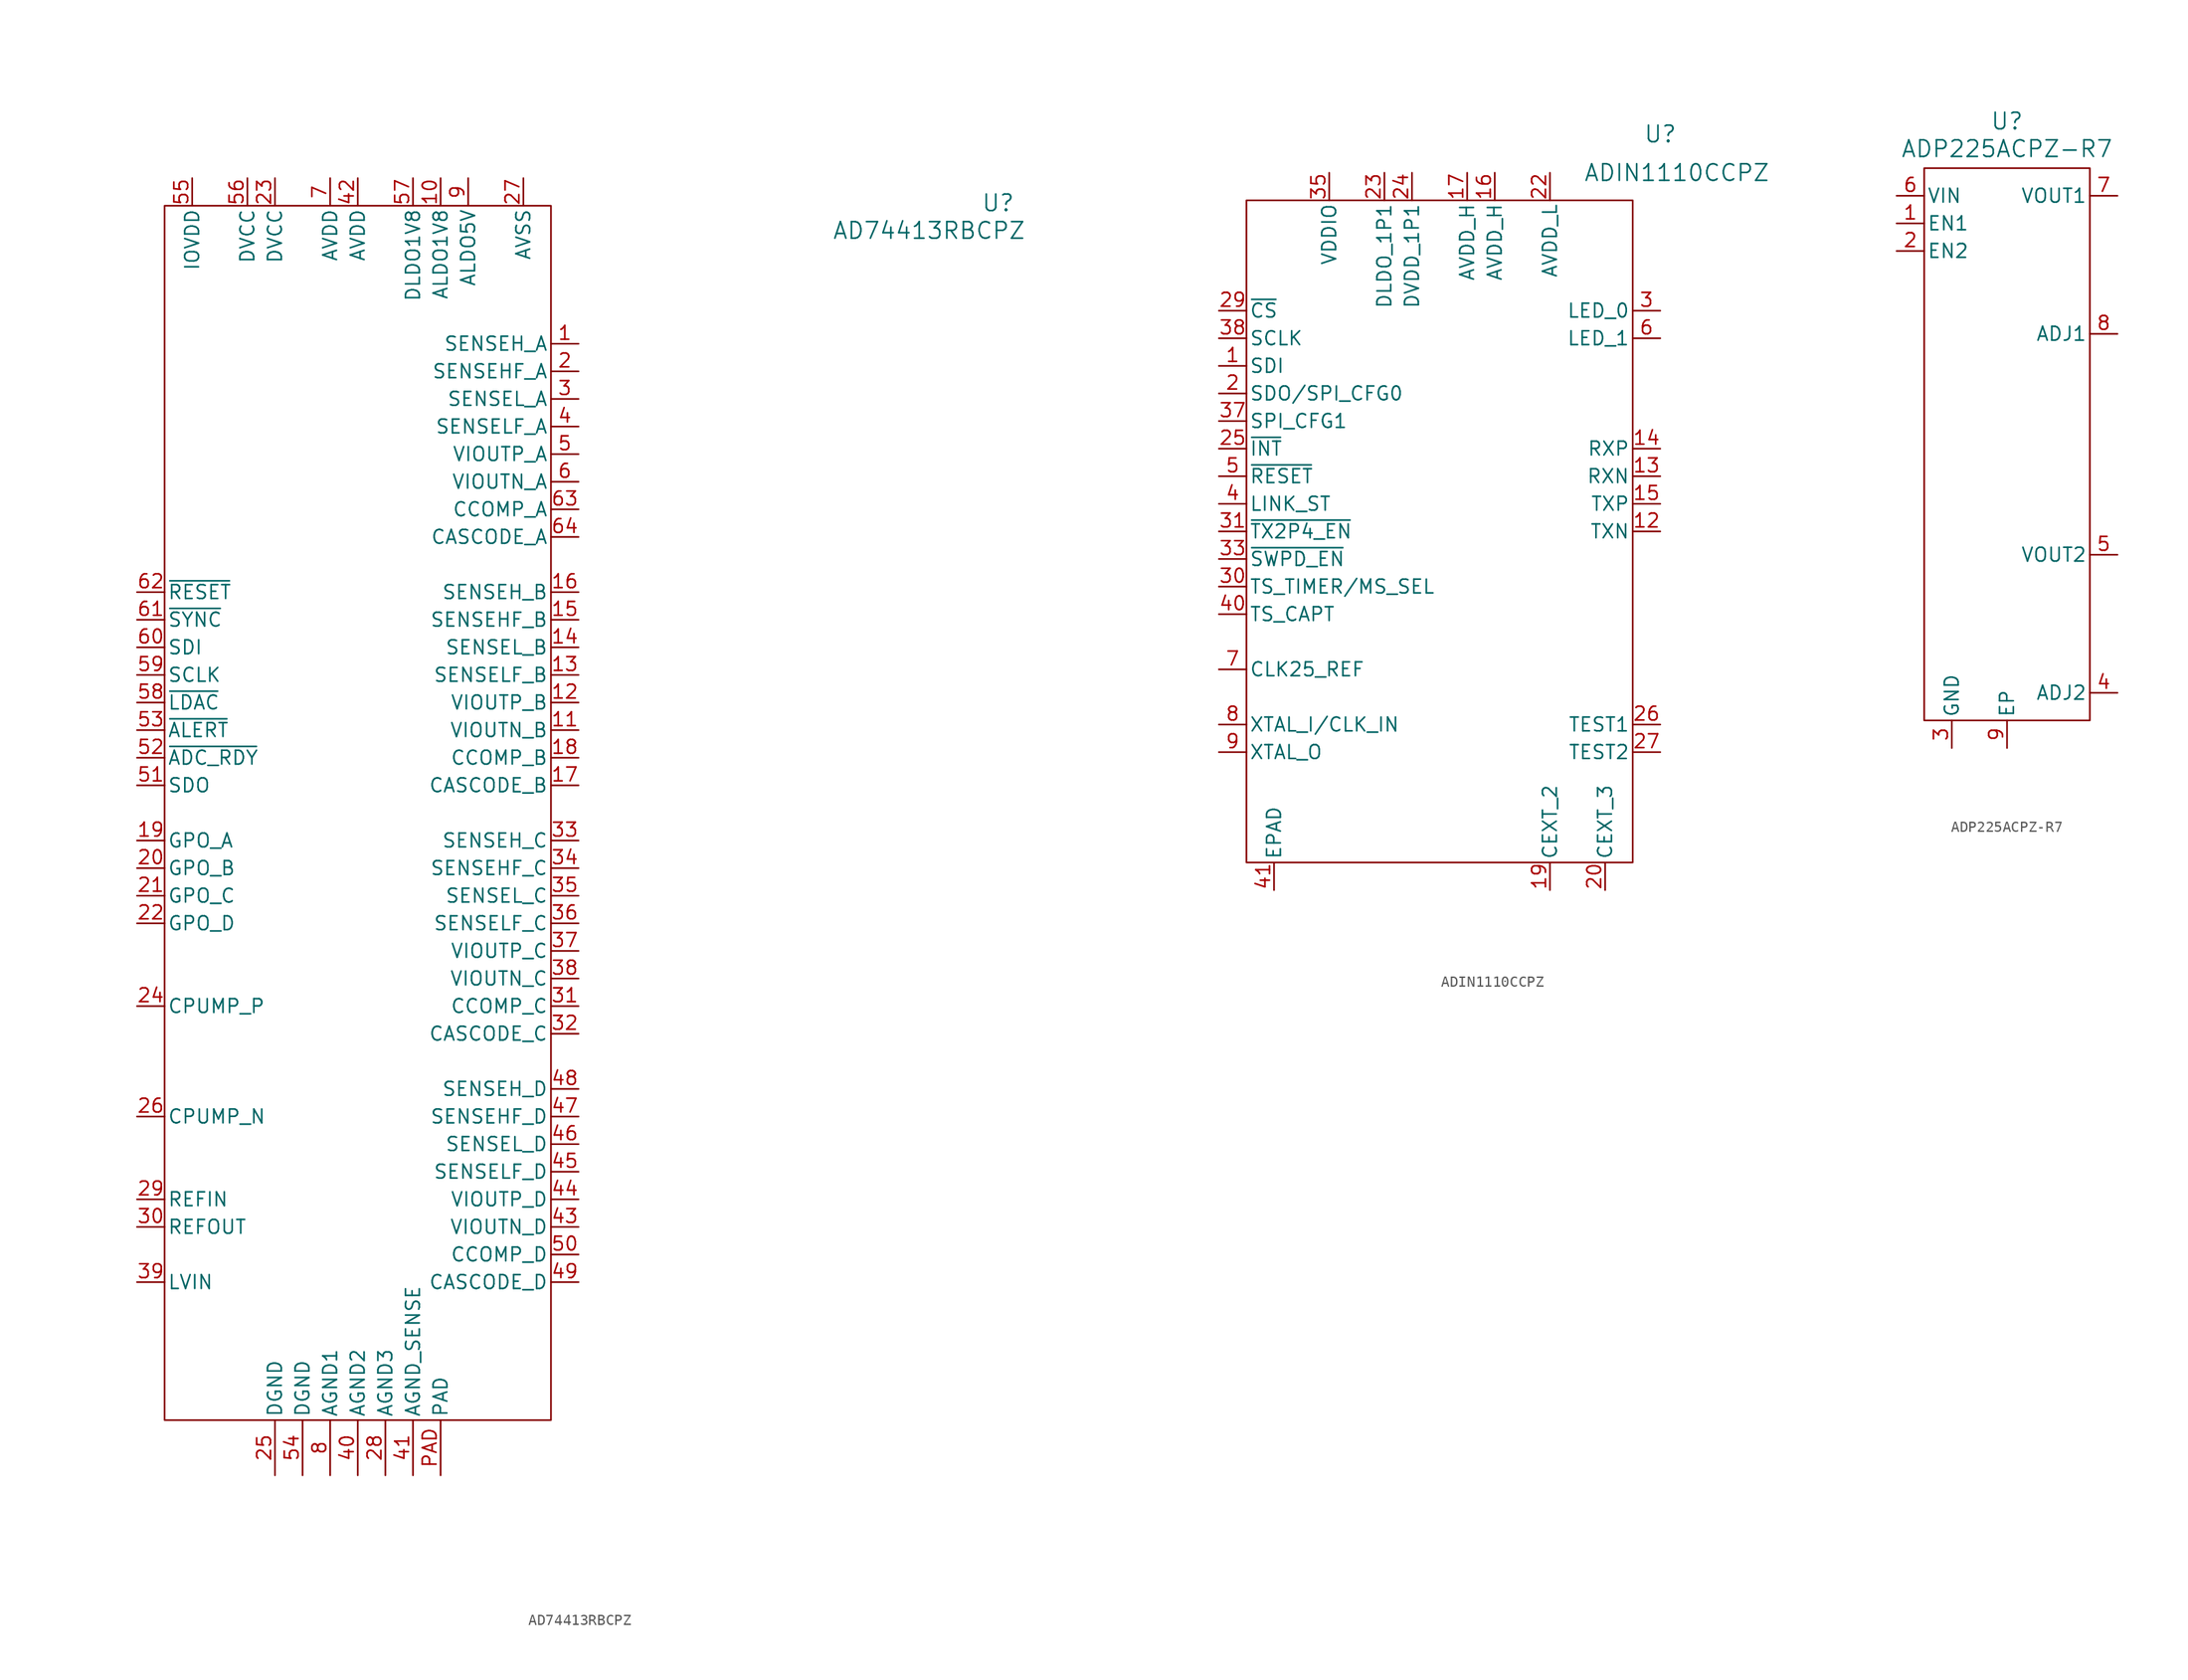
<source format=kicad_sym>
(kicad_symbol_lib
  (version 20231120)
  (generator "kicad_symbol_editor")
  (generator_version "8.0")
  (symbol "AD74413RBCPZ"
    (pin_names
      (offset 0.254))
    (property "Reference" "U"
      (at 58.928 56.134 0)
      (effects (font (size 1.524 1.524))))
    (property "Value" "AD74413RBCPZ"
      (at 52.578 53.594 0)
      (effects (font (size 1.524 1.524))))
    (symbol "AD74413RBCPZ_0_1"
      (pin unspecified line (at 20.32 43.18 180) (length 2.54) (name "SENSEH_A" (effects (font (size 1.27 1.27)))) (number "1" (effects (font (size 1.27 1.27)))))
      (pin output line (at 7.62 58.42 270) (length 2.54) (name "ALDO1V8" (effects (font (size 1.27 1.27)))) (number "10" (effects (font (size 1.27 1.27)))))
      (pin output line (at 20.32 7.62 180) (length 2.54) (name "VIOUTN_B" (effects (font (size 1.27 1.27)))) (number "11" (effects (font (size 1.27 1.27)))))
      (pin output line (at 20.32 10.16 180) (length 2.54) (name "VIOUTP_B" (effects (font (size 1.27 1.27)))) (number "12" (effects (font (size 1.27 1.27)))))
      (pin unspecified line (at 20.32 12.7 180) (length 2.54) (name "SENSELF_B" (effects (font (size 1.27 1.27)))) (number "13" (effects (font (size 1.27 1.27)))))
      (pin unspecified line (at 20.32 15.24 180) (length 2.54) (name "SENSEL_B" (effects (font (size 1.27 1.27)))) (number "14" (effects (font (size 1.27 1.27)))))
      (pin unspecified line (at 20.32 17.78 180) (length 2.54) (name "SENSEHF_B" (effects (font (size 1.27 1.27)))) (number "15" (effects (font (size 1.27 1.27)))))
      (pin unspecified line (at 20.32 20.32 180) (length 2.54) (name "SENSEH_B" (effects (font (size 1.27 1.27)))) (number "16" (effects (font (size 1.27 1.27)))))
      (pin unspecified line (at 20.32 2.54 180) (length 2.54) (name "CASCODE_B" (effects (font (size 1.27 1.27)))) (number "17" (effects (font (size 1.27 1.27)))))
      (pin unspecified line (at 20.32 5.08 180) (length 2.54) (name "CCOMP_B" (effects (font (size 1.27 1.27)))) (number "18" (effects (font (size 1.27 1.27)))))
      (pin output line (at -20.32 -2.54 0) (length 2.54) (name "GPO_A" (effects (font (size 1.27 1.27)))) (number "19" (effects (font (size 1.27 1.27)))))
      (pin unspecified line (at 20.32 40.64 180) (length 2.54) (name "SENSEHF_A" (effects (font (size 1.27 1.27)))) (number "2" (effects (font (size 1.27 1.27)))))
      (pin output line (at -20.32 -5.08 0) (length 2.54) (name "GPO_B" (effects (font (size 1.27 1.27)))) (number "20" (effects (font (size 1.27 1.27)))))
      (pin output line (at -20.32 -7.62 0) (length 2.54) (name "GPO_C" (effects (font (size 1.27 1.27)))) (number "21" (effects (font (size 1.27 1.27)))))
      (pin output line (at -20.32 -10.16 0) (length 2.54) (name "GPO_D" (effects (font (size 1.27 1.27)))) (number "22" (effects (font (size 1.27 1.27)))))
      (pin power_in line (at -7.62 58.42 270) (length 2.54) (name "DVCC" (effects (font (size 1.27 1.27)))) (number "23" (effects (font (size 1.27 1.27)))))
      (pin unspecified line (at -20.32 -17.78 0) (length 2.54) (name "CPUMP_P" (effects (font (size 1.27 1.27)))) (number "24" (effects (font (size 1.27 1.27)))))
      (pin unspecified line (at -20.32 -27.94 0) (length 2.54) (name "CPUMP_N" (effects (font (size 1.27 1.27)))) (number "26" (effects (font (size 1.27 1.27)))))
      (pin power_out line (at 15.24 58.42 270) (length 2.54) (name "AVSS" (effects (font (size 1.27 1.27)))) (number "27" (effects (font (size 1.27 1.27)))))
      (pin input line (at -20.32 -35.56 0) (length 2.54) (name "REFIN" (effects (font (size 1.27 1.27)))) (number "29" (effects (font (size 1.27 1.27)))))
      (pin unspecified line (at 20.32 38.1 180) (length 2.54) (name "SENSEL_A" (effects (font (size 1.27 1.27)))) (number "3" (effects (font (size 1.27 1.27)))))
      (pin output line (at -20.32 -38.1 0) (length 2.54) (name "REFOUT" (effects (font (size 1.27 1.27)))) (number "30" (effects (font (size 1.27 1.27)))))
      (pin unspecified line (at 20.32 -17.78 180) (length 2.54) (name "CCOMP_C" (effects (font (size 1.27 1.27)))) (number "31" (effects (font (size 1.27 1.27)))))
      (pin unspecified line (at 20.32 -20.32 180) (length 2.54) (name "CASCODE_C" (effects (font (size 1.27 1.27)))) (number "32" (effects (font (size 1.27 1.27)))))
      (pin unspecified line (at 20.32 -2.54 180) (length 2.54) (name "SENSEH_C" (effects (font (size 1.27 1.27)))) (number "33" (effects (font (size 1.27 1.27)))))
      (pin unspecified line (at 20.32 -5.08 180) (length 2.54) (name "SENSEHF_C" (effects (font (size 1.27 1.27)))) (number "34" (effects (font (size 1.27 1.27)))))
      (pin unspecified line (at 20.32 -7.62 180) (length 2.54) (name "SENSEL_C" (effects (font (size 1.27 1.27)))) (number "35" (effects (font (size 1.27 1.27)))))
      (pin unspecified line (at 20.32 -10.16 180) (length 2.54) (name "SENSELF_C" (effects (font (size 1.27 1.27)))) (number "36" (effects (font (size 1.27 1.27)))))
      (pin output line (at 20.32 -12.7 180) (length 2.54) (name "VIOUTP_C" (effects (font (size 1.27 1.27)))) (number "37" (effects (font (size 1.27 1.27)))))
      (pin output line (at 20.32 -15.24 180) (length 2.54) (name "VIOUTN_C" (effects (font (size 1.27 1.27)))) (number "38" (effects (font (size 1.27 1.27)))))
      (pin input line (at -20.32 -43.18 0) (length 2.54) (name "LVIN" (effects (font (size 1.27 1.27)))) (number "39" (effects (font (size 1.27 1.27)))))
      (pin unspecified line (at 20.32 35.56 180) (length 2.54) (name "SENSELF_A" (effects (font (size 1.27 1.27)))) (number "4" (effects (font (size 1.27 1.27)))))
      (pin power_in line (at 0 58.42 270) (length 2.54) (name "AVDD" (effects (font (size 1.27 1.27)))) (number "42" (effects (font (size 1.27 1.27)))))
      (pin output line (at 20.32 -38.1 180) (length 2.54) (name "VIOUTN_D" (effects (font (size 1.27 1.27)))) (number "43" (effects (font (size 1.27 1.27)))))
      (pin output line (at 20.32 -35.56 180) (length 2.54) (name "VIOUTP_D" (effects (font (size 1.27 1.27)))) (number "44" (effects (font (size 1.27 1.27)))))
      (pin unspecified line (at 20.32 -33.02 180) (length 2.54) (name "SENSELF_D" (effects (font (size 1.27 1.27)))) (number "45" (effects (font (size 1.27 1.27)))))
      (pin unspecified line (at 20.32 -30.48 180) (length 2.54) (name "SENSEL_D" (effects (font (size 1.27 1.27)))) (number "46" (effects (font (size 1.27 1.27)))))
      (pin unspecified line (at 20.32 -27.94 180) (length 2.54) (name "SENSEHF_D" (effects (font (size 1.27 1.27)))) (number "47" (effects (font (size 1.27 1.27)))))
      (pin unspecified line (at 20.32 -25.4 180) (length 2.54) (name "SENSEH_D" (effects (font (size 1.27 1.27)))) (number "48" (effects (font (size 1.27 1.27)))))
      (pin unspecified line (at 20.32 -43.18 180) (length 2.54) (name "CASCODE_D" (effects (font (size 1.27 1.27)))) (number "49" (effects (font (size 1.27 1.27)))))
      (pin output line (at 20.32 33.02 180) (length 2.54) (name "VIOUTP_A" (effects (font (size 1.27 1.27)))) (number "5" (effects (font (size 1.27 1.27)))))
      (pin unspecified line (at 20.32 -40.64 180) (length 2.54) (name "CCOMP_D" (effects (font (size 1.27 1.27)))) (number "50" (effects (font (size 1.27 1.27)))))
      (pin output line (at -20.32 2.54 0) (length 2.54) (name "SDO" (effects (font (size 1.27 1.27)))) (number "51" (effects (font (size 1.27 1.27)))))
      (pin power_in line (at -15.24 58.42 270) (length 2.54) (name "IOVDD" (effects (font (size 1.27 1.27)))) (number "55" (effects (font (size 1.27 1.27)))))
      (pin power_in line (at -10.16 58.42 270) (length 2.54) (name "DVCC" (effects (font (size 1.27 1.27)))) (number "56" (effects (font (size 1.27 1.27)))))
      (pin output line (at 5.08 58.42 270) (length 2.54) (name "DLDO1V8" (effects (font (size 1.27 1.27)))) (number "57" (effects (font (size 1.27 1.27)))))
      (pin unspecified line (at -20.32 12.7 0) (length 2.54) (name "SCLK" (effects (font (size 1.27 1.27)))) (number "59" (effects (font (size 1.27 1.27)))))
      (pin output line (at 20.32 30.48 180) (length 2.54) (name "VIOUTN_A" (effects (font (size 1.27 1.27)))) (number "6" (effects (font (size 1.27 1.27)))))
      (pin input line (at -20.32 15.24 0) (length 2.54) (name "SDI" (effects (font (size 1.27 1.27)))) (number "60" (effects (font (size 1.27 1.27)))))
      (pin unspecified line (at 20.32 27.94 180) (length 2.54) (name "CCOMP_A" (effects (font (size 1.27 1.27)))) (number "63" (effects (font (size 1.27 1.27)))))
      (pin unspecified line (at 20.32 25.4 180) (length 2.54) (name "CASCODE_A" (effects (font (size 1.27 1.27)))) (number "64" (effects (font (size 1.27 1.27)))))
      (pin power_in line (at -2.54 58.42 270) (length 2.54) (name "AVDD" (effects (font (size 1.27 1.27)))) (number "7" (effects (font (size 1.27 1.27)))))
      (pin output line (at 10.16 58.42 270) (length 2.54) (name "ALDO5V" (effects (font (size 1.27 1.27)))) (number "9" (effects (font (size 1.27 1.27))))))
    (symbol "AD74413RBCPZ_1_1"
      (rectangle (start -17.78 55.88) (end 17.78 -55.88) (stroke (width 0) (type default)) (fill (type none)))
      (pin power_out line (at -7.62 -60.96 90) (length 5.08) (name "DGND" (effects (font (size 1.27 1.27)))) (number "25" (effects (font (size 1.27 1.27)))))
      (pin power_out line (at 2.54 -60.96 90) (length 5.08) (name "AGND3" (effects (font (size 1.27 1.27)))) (number "28" (effects (font (size 1.27 1.27)))))
      (pin power_out line (at 0 -60.96 90) (length 5.08) (name "AGND2" (effects (font (size 1.27 1.27)))) (number "40" (effects (font (size 1.27 1.27)))))
      (pin power_out line (at 5.08 -60.96 90) (length 5.08) (name "AGND_SENSE" (effects (font (size 1.27 1.27)))) (number "41" (effects (font (size 1.27 1.27)))))
      (pin output line (at -20.32 5.08 0) (length 2.54) (name "~{ADC_RDY}" (effects (font (size 1.27 1.27)))) (number "52" (effects (font (size 1.27 1.27)))))
      (pin output line (at -20.32 7.62 0) (length 2.54) (name "~{ALERT}" (effects (font (size 1.27 1.27)))) (number "53" (effects (font (size 1.27 1.27)))))
      (pin power_out line (at -5.08 -60.96 90) (length 5.08) (name "DGND" (effects (font (size 1.27 1.27)))) (number "54" (effects (font (size 1.27 1.27)))))
      (pin input line (at -20.32 10.16 0) (length 2.54) (name "~{LDAC}" (effects (font (size 1.27 1.27)))) (number "58" (effects (font (size 1.27 1.27)))))
      (pin input line (at -20.32 17.78 0) (length 2.54) (name "~{SYNC}" (effects (font (size 1.27 1.27)))) (number "61" (effects (font (size 1.27 1.27)))))
      (pin input line (at -20.32 20.32 0) (length 2.54) (name "~{RESET}" (effects (font (size 1.27 1.27)))) (number "62" (effects (font (size 1.27 1.27)))))
      (pin power_out line (at -2.54 -60.96 90) (length 5.08) (name "AGND1" (effects (font (size 1.27 1.27)))) (number "8" (effects (font (size 1.27 1.27)))))
      (pin power_out line (at 7.62 -60.96 90) (length 5.08) (name "PAD" (effects (font (size 1.27 1.27)))) (number "PAD" (effects (font (size 1.27 1.27)))))))
  (symbol "ADIN1110CCPZ"
    (pin_names
      (offset 0.254))
    (property "Reference" "U"
      (at 20.32 36.576 0)
      (effects (font (size 1.524 1.524))))
    (property "Value" "ADIN1110CCPZ"
      (at 21.844 33.02 0)
      (effects (font (size 1.524 1.524))))
    (symbol "ADIN1110CCPZ_0_1"
      (rectangle (start -17.78 30.48) (end 17.78 -30.48) (stroke (width 0) (type default)) (fill (type none))))
    (symbol "ADIN1110CCPZ_1_1"
      (pin unspecified line (at -20.32 15.24 0) (length 2.54) (name "SDI" (effects (font (size 1.27 1.27)))) (number "1" (effects (font (size 1.27 1.27)))))
      (pin no_connect line (at -12.7 -33.02 90) (length 2.54) hide (name "DNC" (effects (font (size 1.27 1.27)))) (number "10" (effects (font (size 1.27 1.27)))))
      (pin no_connect line (at -10.16 -33.02 90) (length 2.54) hide (name "DNC" (effects (font (size 1.27 1.27)))) (number "11" (effects (font (size 1.27 1.27)))))
      (pin unspecified line (at 20.32 0 180) (length 2.54) (name "TXN" (effects (font (size 1.27 1.27)))) (number "12" (effects (font (size 1.27 1.27)))))
      (pin unspecified line (at 20.32 5.08 180) (length 2.54) (name "RXN" (effects (font (size 1.27 1.27)))) (number "13" (effects (font (size 1.27 1.27)))))
      (pin unspecified line (at 20.32 7.62 180) (length 2.54) (name "RXP" (effects (font (size 1.27 1.27)))) (number "14" (effects (font (size 1.27 1.27)))))
      (pin unspecified line (at 20.32 2.54 180) (length 2.54) (name "TXP" (effects (font (size 1.27 1.27)))) (number "15" (effects (font (size 1.27 1.27)))))
      (pin power_in line (at 5.08 33.02 270) (length 2.54) (name "AVDD_H" (effects (font (size 1.27 1.27)))) (number "16" (effects (font (size 1.27 1.27)))))
      (pin power_in line (at 2.54 33.02 270) (length 2.54) (name "AVDD_H" (effects (font (size 1.27 1.27)))) (number "17" (effects (font (size 1.27 1.27)))))
      (pin no_connect line (at -7.62 -33.02 90) (length 2.54) hide (name "DNC" (effects (font (size 1.27 1.27)))) (number "18" (effects (font (size 1.27 1.27)))))
      (pin unspecified line (at 10.16 -33.02 90) (length 2.54) (name "CEXT_2" (effects (font (size 1.27 1.27)))) (number "19" (effects (font (size 1.27 1.27)))))
      (pin unspecified line (at -20.32 12.7 0) (length 2.54) (name "SDO/SPI_CFG0" (effects (font (size 1.27 1.27)))) (number "2" (effects (font (size 1.27 1.27)))))
      (pin unspecified line (at 15.24 -33.02 90) (length 2.54) (name "CEXT_3" (effects (font (size 1.27 1.27)))) (number "20" (effects (font (size 1.27 1.27)))))
      (pin no_connect line (at -5.08 -33.02 90) (length 2.54) hide (name "DNC" (effects (font (size 1.27 1.27)))) (number "21" (effects (font (size 1.27 1.27)))))
      (pin power_in line (at 10.16 33.02 270) (length 2.54) (name "AVDD_L" (effects (font (size 1.27 1.27)))) (number "22" (effects (font (size 1.27 1.27)))))
      (pin power_in line (at -5.08 33.02 270) (length 2.54) (name "DLDO_1P1" (effects (font (size 1.27 1.27)))) (number "23" (effects (font (size 1.27 1.27)))))
      (pin power_in line (at -2.54 33.02 270) (length 2.54) (name "DVDD_1P1" (effects (font (size 1.27 1.27)))) (number "24" (effects (font (size 1.27 1.27)))))
      (pin output line (at -20.32 7.62 0) (length 2.54) (name "~{INT}" (effects (font (size 1.27 1.27)))) (number "25" (effects (font (size 1.27 1.27)))))
      (pin bidirectional line (at 20.32 -17.78 180) (length 2.54) (name "TEST1" (effects (font (size 1.27 1.27)))) (number "26" (effects (font (size 1.27 1.27)))))
      (pin bidirectional line (at 20.32 -20.32 180) (length 2.54) (name "TEST2" (effects (font (size 1.27 1.27)))) (number "27" (effects (font (size 1.27 1.27)))))
      (pin no_connect line (at -2.54 -33.02 90) (length 2.54) hide (name "DNC" (effects (font (size 1.27 1.27)))) (number "28" (effects (font (size 1.27 1.27)))))
      (pin unspecified line (at -20.32 20.32 0) (length 2.54) (name "~{CS}" (effects (font (size 1.27 1.27)))) (number "29" (effects (font (size 1.27 1.27)))))
      (pin bidirectional line (at 20.32 20.32 180) (length 2.54) (name "LED_0" (effects (font (size 1.27 1.27)))) (number "3" (effects (font (size 1.27 1.27)))))
      (pin output line (at -20.32 -5.08 0) (length 2.54) (name "TS_TIMER/MS_SEL" (effects (font (size 1.27 1.27)))) (number "30" (effects (font (size 1.27 1.27)))))
      (pin unspecified line (at -20.32 0 0) (length 2.54) (name "~{TX2P4_EN}" (effects (font (size 1.27 1.27)))) (number "31" (effects (font (size 1.27 1.27)))))
      (pin no_connect line (at 0 -33.02 90) (length 2.54) hide (name "DNC" (effects (font (size 1.27 1.27)))) (number "32" (effects (font (size 1.27 1.27)))))
      (pin unspecified line (at -20.32 -2.54 0) (length 2.54) (name "~{SWPD_EN}" (effects (font (size 1.27 1.27)))) (number "33" (effects (font (size 1.27 1.27)))))
      (pin no_connect line (at 2.54 -33.02 90) (length 2.54) hide (name "DNC" (effects (font (size 1.27 1.27)))) (number "34" (effects (font (size 1.27 1.27)))))
      (pin power_in line (at -10.16 33.02 270) (length 2.54) (name "VDDIO" (effects (font (size 1.27 1.27)))) (number "35" (effects (font (size 1.27 1.27)))))
      (pin no_connect line (at 5.08 -33.02 90) (length 2.54) hide (name "DNC" (effects (font (size 1.27 1.27)))) (number "36" (effects (font (size 1.27 1.27)))))
      (pin unspecified line (at -20.32 10.16 0) (length 2.54) (name "SPI_CFG1" (effects (font (size 1.27 1.27)))) (number "37" (effects (font (size 1.27 1.27)))))
      (pin input line (at -20.32 17.78 0) (length 2.54) (name "SCLK" (effects (font (size 1.27 1.27)))) (number "38" (effects (font (size 1.27 1.27)))))
      (pin no_connect line (at 7.62 -33.02 90) (length 2.54) hide (name "DNC" (effects (font (size 1.27 1.27)))) (number "39" (effects (font (size 1.27 1.27)))))
      (pin unspecified line (at -20.32 2.54 0) (length 2.54) (name "LINK_ST" (effects (font (size 1.27 1.27)))) (number "4" (effects (font (size 1.27 1.27)))))
      (pin input line (at -20.32 -7.62 0) (length 2.54) (name "TS_CAPT" (effects (font (size 1.27 1.27)))) (number "40" (effects (font (size 1.27 1.27)))))
      (pin power_out line (at -15.24 -33.02 90) (length 2.54) (name "EPAD" (effects (font (size 1.27 1.27)))) (number "41" (effects (font (size 1.27 1.27)))))
      (pin unspecified line (at -20.32 5.08 0) (length 2.54) (name "~{RESET}" (effects (font (size 1.27 1.27)))) (number "5" (effects (font (size 1.27 1.27)))))
      (pin bidirectional line (at 20.32 17.78 180) (length 2.54) (name "LED_1" (effects (font (size 1.27 1.27)))) (number "6" (effects (font (size 1.27 1.27)))))
      (pin output line (at -20.32 -12.7 0) (length 2.54) (name "CLK25_REF" (effects (font (size 1.27 1.27)))) (number "7" (effects (font (size 1.27 1.27)))))
      (pin input line (at -20.32 -17.78 0) (length 2.54) (name "XTAL_I/CLK_IN" (effects (font (size 1.27 1.27)))) (number "8" (effects (font (size 1.27 1.27)))))
      (pin output line (at -20.32 -20.32 0) (length 2.54) (name "XTAL_O" (effects (font (size 1.27 1.27)))) (number "9" (effects (font (size 1.27 1.27)))))))
  (symbol "ADP225ACPZ-R7"
    (pin_names
      (offset 0.254))
    (property "Reference" "U"
      (at 0 29.718 0)
      (effects (font (size 1.524 1.524))))
    (property "Value" "ADP225ACPZ-R7"
      (at 0 27.178 0)
      (effects (font (size 1.524 1.524))))
    (symbol "ADP225ACPZ-R7_0_1"
      (rectangle (start -7.62 25.4) (end 7.62 -25.4) (stroke (width 0) (type default)) (fill (type none)))
      (pin unspecified line (at -10.16 20.32 0) (length 2.54) (name "EN1" (effects (font (size 1.27 1.27)))) (number "1" (effects (font (size 1.27 1.27)))))
      (pin unspecified line (at -10.16 17.78 0) (length 2.54) (name "EN2" (effects (font (size 1.27 1.27)))) (number "2" (effects (font (size 1.27 1.27)))))
      (pin unspecified line (at -5.08 -27.94 90) (length 2.54) (name "GND" (effects (font (size 1.27 1.27)))) (number "3" (effects (font (size 1.27 1.27)))))
      (pin unspecified line (at 10.16 -22.86 180) (length 2.54) (name "ADJ2" (effects (font (size 1.27 1.27)))) (number "4" (effects (font (size 1.27 1.27)))))
      (pin unspecified line (at 10.16 -10.16 180) (length 2.54) (name "VOUT2" (effects (font (size 1.27 1.27)))) (number "5" (effects (font (size 1.27 1.27)))))
      (pin unspecified line (at -10.16 22.86 0) (length 2.54) (name "VIN" (effects (font (size 1.27 1.27)))) (number "6" (effects (font (size 1.27 1.27)))))
      (pin unspecified line (at 10.16 22.86 180) (length 2.54) (name "VOUT1" (effects (font (size 1.27 1.27)))) (number "7" (effects (font (size 1.27 1.27)))))
      (pin unspecified line (at 10.16 10.16 180) (length 2.54) (name "ADJ1" (effects (font (size 1.27 1.27)))) (number "8" (effects (font (size 1.27 1.27)))))
      (pin unspecified line (at 0 -27.94 90) (length 2.54) (name "EP" (effects (font (size 1.27 1.27)))) (number "9" (effects (font (size 1.27 1.27))))))))
</source>
